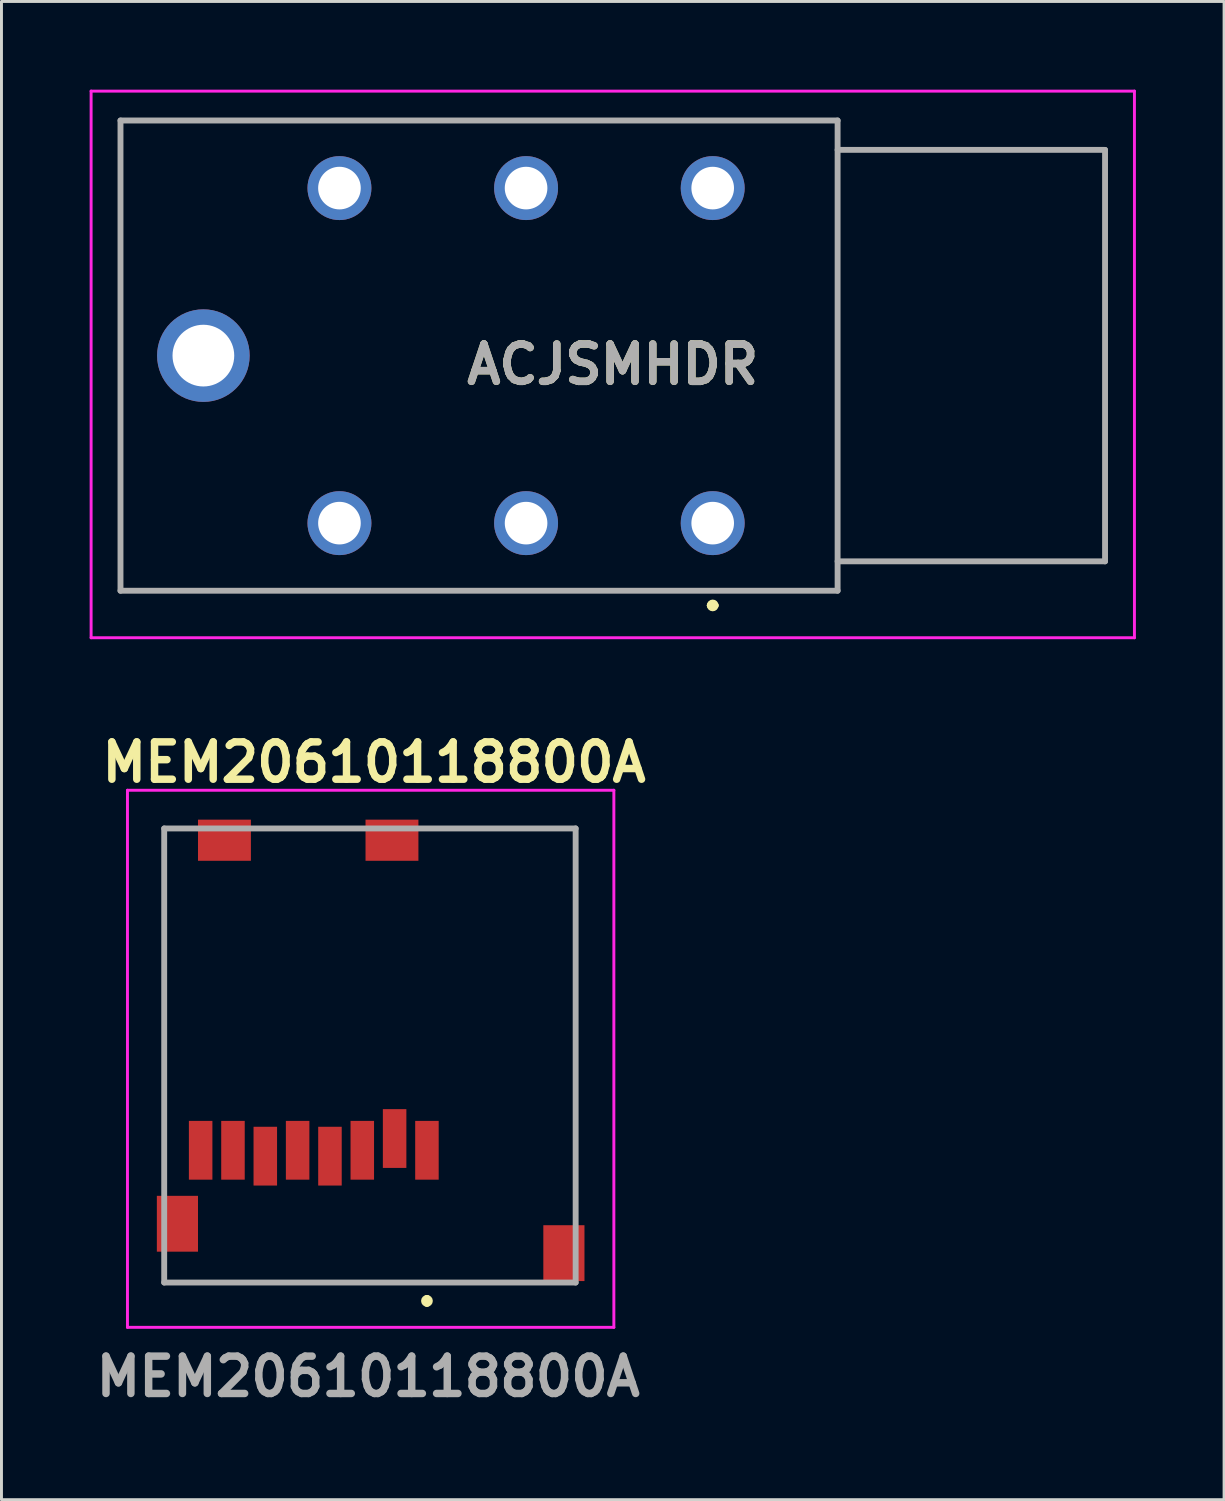
<source format=kicad_pcb>
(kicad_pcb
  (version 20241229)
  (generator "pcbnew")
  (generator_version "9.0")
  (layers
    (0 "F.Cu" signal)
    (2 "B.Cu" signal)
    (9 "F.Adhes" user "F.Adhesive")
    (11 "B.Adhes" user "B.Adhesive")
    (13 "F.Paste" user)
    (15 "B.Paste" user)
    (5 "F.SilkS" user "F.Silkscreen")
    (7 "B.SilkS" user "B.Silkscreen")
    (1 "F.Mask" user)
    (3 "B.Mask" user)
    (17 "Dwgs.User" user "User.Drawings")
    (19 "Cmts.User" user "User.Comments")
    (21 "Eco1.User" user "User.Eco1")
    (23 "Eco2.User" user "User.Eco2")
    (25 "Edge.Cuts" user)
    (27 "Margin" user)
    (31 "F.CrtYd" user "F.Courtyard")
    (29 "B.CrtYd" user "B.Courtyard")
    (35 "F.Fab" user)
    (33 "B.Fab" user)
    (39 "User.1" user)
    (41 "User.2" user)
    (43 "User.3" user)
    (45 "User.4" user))
  (footprint "MEM20610118800A"
    (layer "F.Cu")
    (at 3.777 36.089)
    (property "Reference" "MEM20610118800A" (at 5.9 -13.2 0) (layer "F.SilkS") (effects (font (size 1.27 1.27) (thickness 0.254))))
    (attr smd)
    (fp_line (start -1.24 -10.95) (end -0.64 -10.95) (stroke (width 0.1) (type solid)) (layer "F.SilkS"))
    (fp_line (start -1.24 1.025) (end -1.24 -10.95) (stroke (width 0.1) (type solid)) (layer "F.SilkS"))
    (fp_line (start -1.24 4.5) (end 11.26 4.5) (stroke (width 0.1) (type solid)) (layer "F.SilkS"))
    (fp_line (start 7.7 5.025) (end 7.7 5.025) (stroke (width 0.2) (type solid)) (layer "F.SilkS"))
    (fp_line (start 7.7 5.225) (end 7.7 5.225) (stroke (width 0.2) (type solid)) (layer "F.SilkS"))
    (fp_line (start 7.76 -10.95) (end 12.76 -10.95) (stroke (width 0.1) (type solid)) (layer "F.SilkS"))
    (fp_line (start 12.76 -10.95) (end 12.76 2.825) (stroke (width 0.1) (type solid)) (layer "F.SilkS"))
    (fp_arc (start 7.7 5.025) (mid 7.8 5.125) (end 7.7 5.225) (stroke (width 0.2) (type solid)) (layer "F.SilkS"))
    (fp_arc (start 7.7 5.225) (mid 7.6 5.125) (end 7.7 5.025) (stroke (width 0.2) (type solid)) (layer "F.SilkS"))
    (fp_line (start -2.49 -12.25) (end 14.06 -12.25) (stroke (width 0.1) (type solid)) (layer "F.CrtYd"))
    (fp_line (start -2.49 6.025) (end -2.49 -12.25) (stroke (width 0.1) (type solid)) (layer "F.CrtYd"))
    (fp_line (start 14.06 -12.25) (end 14.06 6.025) (stroke (width 0.1) (type solid)) (layer "F.CrtYd"))
    (fp_line (start 14.06 6.025) (end -2.49 6.025) (stroke (width 0.1) (type solid)) (layer "F.CrtYd"))
    (fp_line (start -1.24 -10.95) (end 12.76 -10.95) (stroke (width 0.2) (type solid)) (layer "F.Fab"))
    (fp_line (start -1.24 4.5) (end -1.24 -10.95) (stroke (width 0.2) (type solid)) (layer "F.Fab"))
    (fp_line (start 12.76 -10.95) (end 12.76 4.5) (stroke (width 0.2) (type solid)) (layer "F.Fab"))
    (fp_line (start 12.76 4.5) (end -1.24 4.5) (stroke (width 0.2) (type solid)) (layer "F.Fab"))
    (fp_text user "${REFERENCE}" (at 5.7 7.7 0) (layer "F.Fab") (effects (font (size 1.27 1.27) (thickness 0.254))))
    (pad "CD1" smd rect (at 6.51 -10.55 90) (size 1.4 1.8) (layers "F.Cu" "F.Mask" "F.Paste"))
    (pad "CD2" smd rect (at 0.81 -10.55 90) (size 1.4 1.8) (layers "F.Cu" "F.Mask" "F.Paste"))
    (pad "G1" smd rect (at 12.36 3.5) (size 1.4 1.9) (layers "F.Cu" "F.Mask" "F.Paste"))
    (pad "G2" smd rect (at -0.79 2.5) (size 1.4 1.9) (layers "F.Cu" "F.Mask" "F.Paste"))
    (pad "P1" smd rect (at 7.7 0) (size 0.8 2) (layers "F.Cu" "F.Mask" "F.Paste"))
    (pad "P2" smd rect (at 6.6 -0.4) (size 0.8 2) (layers "F.Cu" "F.Mask" "F.Paste"))
    (pad "P3" smd rect (at 5.5 0) (size 0.8 2) (layers "F.Cu" "F.Mask" "F.Paste"))
    (pad "P4" smd rect (at 4.4 0.2) (size 0.8 2) (layers "F.Cu" "F.Mask" "F.Paste"))
    (pad "P5" smd rect (at 3.3 0) (size 0.8 2) (layers "F.Cu" "F.Mask" "F.Paste"))
    (pad "P6" smd rect (at 2.2 0.2) (size 0.8 2) (layers "F.Cu" "F.Mask" "F.Paste"))
    (pad "P7" smd rect (at 1.1 0) (size 0.8 2) (layers "F.Cu" "F.Mask" "F.Paste"))
    (pad "P8" smd rect (at 0 0) (size 0.8 2) (layers "F.Cu" "F.Mask" "F.Paste")))
  (footprint "ACJSMHDR"
    (layer "F.Cu")
    (at 21.2 14.75)
    (property "Reference" "ACJSMHDR" (at -3.4 -5.4 0) (layer "F.SilkS") (effects (font (size 1.27 1.27) (thickness 0.254))))
    (attr through_hole)
    (fp_line (start -20.15 -13.7) (end 4.25 -13.7) (stroke (width 0.1) (type solid)) (layer "F.SilkS"))
    (fp_line (start -20.15 2.3) (end -20.15 -13.7) (stroke (width 0.1) (type solid)) (layer "F.SilkS"))
    (fp_line (start -0.1 2.8) (end -0.1 2.8) (stroke (width 0.2) (type solid)) (layer "F.SilkS"))
    (fp_line (start 0.1 2.8) (end 0.1 2.8) (stroke (width 0.2) (type solid)) (layer "F.SilkS"))
    (fp_line (start 4.25 -13.7) (end 4.25 2.3) (stroke (width 0.1) (type solid)) (layer "F.SilkS"))
    (fp_line (start 4.25 2.3) (end -20.15 2.3) (stroke (width 0.1) (type solid)) (layer "F.SilkS"))
    (fp_arc (start -0.1 2.8) (mid 0 2.7) (end 0.1 2.8) (stroke (width 0.2) (type solid)) (layer "F.SilkS"))
    (fp_arc (start 0.1 2.8) (mid 0 2.9) (end -0.1 2.8) (stroke (width 0.2) (type solid)) (layer "F.SilkS"))
    (fp_line (start -21.15 -14.7) (end 14.35 -14.7) (stroke (width 0.1) (type solid)) (layer "F.CrtYd"))
    (fp_line (start -21.15 3.9) (end -21.15 -14.7) (stroke (width 0.1) (type solid)) (layer "F.CrtYd"))
    (fp_line (start 14.35 -14.7) (end 14.35 3.9) (stroke (width 0.1) (type solid)) (layer "F.CrtYd"))
    (fp_line (start 14.35 3.9) (end -21.15 3.9) (stroke (width 0.1) (type solid)) (layer "F.CrtYd"))
    (fp_line (start -20.15 -13.7) (end 4.25 -13.7) (stroke (width 0.2) (type solid)) (layer "F.Fab"))
    (fp_line (start -20.15 2.3) (end -20.15 -13.7) (stroke (width 0.2) (type solid)) (layer "F.Fab"))
    (fp_line (start 4.25 -13.7) (end 4.25 2.3) (stroke (width 0.2) (type solid)) (layer "F.Fab"))
    (fp_line (start 4.25 -12.7) (end 13.35 -12.7) (stroke (width 0.2) (type solid)) (layer "F.Fab"))
    (fp_line (start 4.25 2.3) (end -20.15 2.3) (stroke (width 0.2) (type solid)) (layer "F.Fab"))
    (fp_line (start 13.35 -12.7) (end 13.35 1.3) (stroke (width 0.2) (type solid)) (layer "F.Fab"))
    (fp_line (start 13.35 1.3) (end 4.25 1.3) (stroke (width 0.2) (type solid)) (layer "F.Fab"))
    (fp_text user "${REFERENCE}" (at -3.4 -5.4 0) (layer "F.Fab") (effects (font (size 1.27 1.27) (thickness 0.254))))
    (pad "1" thru_hole circle (at 0 0) (size 2.175 2.175) (drill 1.45) (layers "*.Cu" "*.Mask"))
    (pad "2" thru_hole circle (at -6.35 0) (size 2.175 2.175) (drill 1.45) (layers "*.Cu" "*.Mask"))
    (pad "3" thru_hole circle (at -12.7 0) (size 2.175 2.175) (drill 1.45) (layers "*.Cu" "*.Mask"))
    (pad "4" thru_hole circle (at 0 -11.4) (size 2.175 2.175) (drill 1.45) (layers "*.Cu" "*.Mask"))
    (pad "5" thru_hole circle (at -6.35 -11.4) (size 2.175 2.175) (drill 1.45) (layers "*.Cu" "*.Mask"))
    (pad "6" thru_hole circle (at -12.7 -11.4) (size 2.175 2.175) (drill 1.45) (layers "*.Cu" "*.Mask"))
    (pad "7" thru_hole circle (at -17.33 -5.7) (size 3.15 3.15) (drill 2.1) (layers "*.Cu" "*.Mask")))
  (gr_rect
    (start -3 -3)
    (end 38.6 47.977)
    (stroke (width 0.1) (type default))
    (fill no)
    (layer "Edge.Cuts")))
</source>
